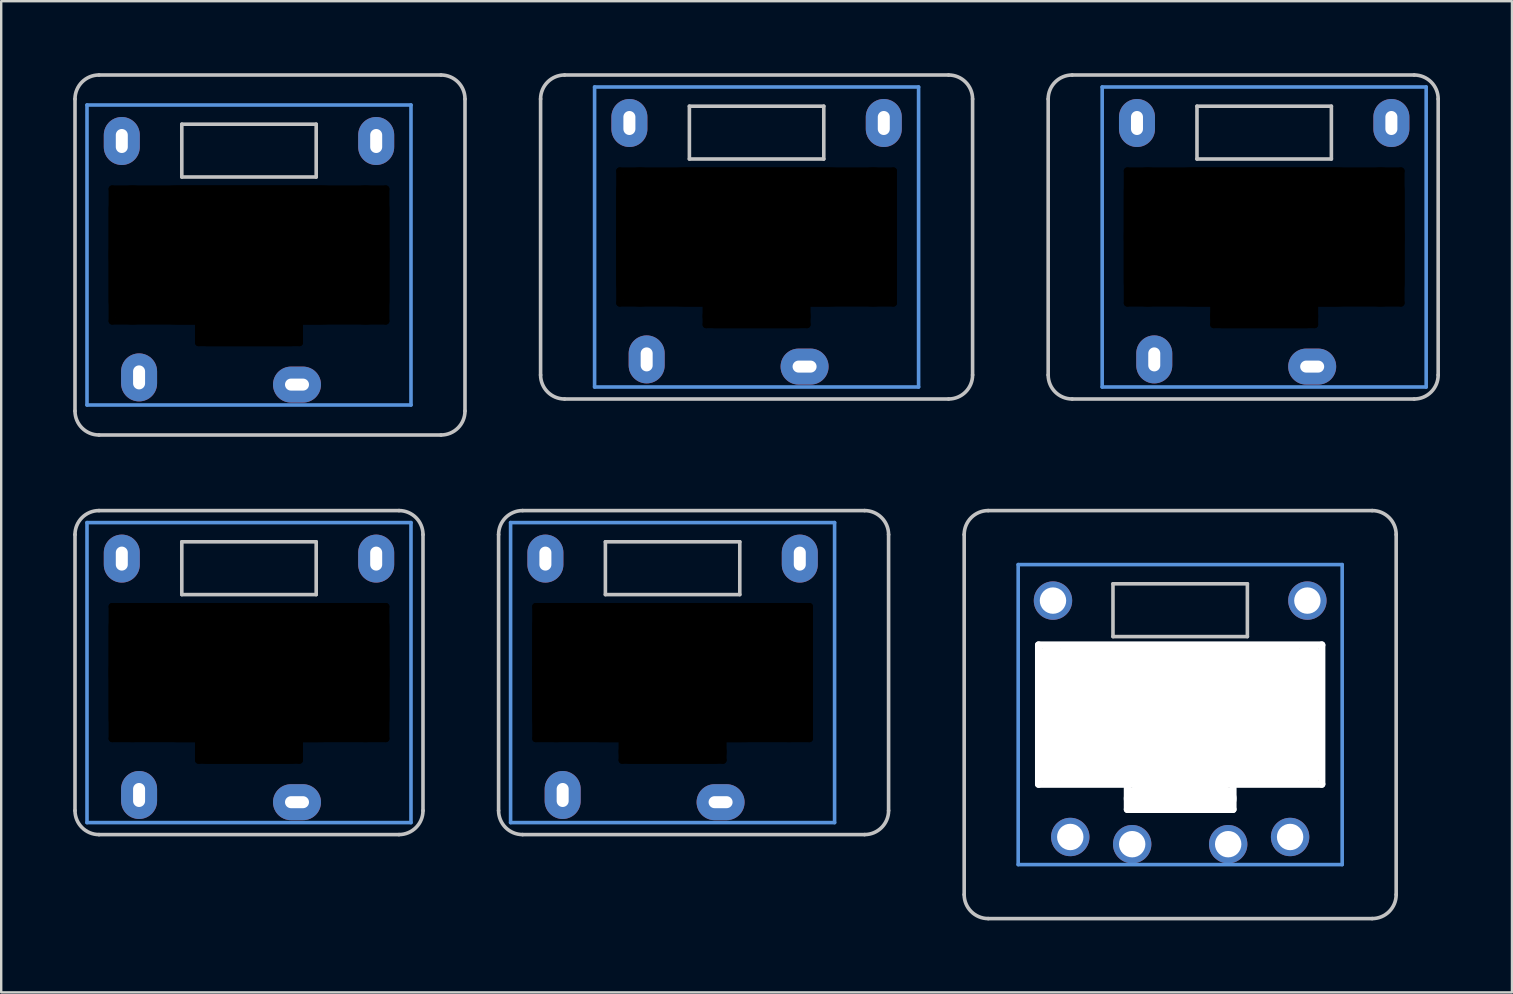
<source format=kicad_pcb>
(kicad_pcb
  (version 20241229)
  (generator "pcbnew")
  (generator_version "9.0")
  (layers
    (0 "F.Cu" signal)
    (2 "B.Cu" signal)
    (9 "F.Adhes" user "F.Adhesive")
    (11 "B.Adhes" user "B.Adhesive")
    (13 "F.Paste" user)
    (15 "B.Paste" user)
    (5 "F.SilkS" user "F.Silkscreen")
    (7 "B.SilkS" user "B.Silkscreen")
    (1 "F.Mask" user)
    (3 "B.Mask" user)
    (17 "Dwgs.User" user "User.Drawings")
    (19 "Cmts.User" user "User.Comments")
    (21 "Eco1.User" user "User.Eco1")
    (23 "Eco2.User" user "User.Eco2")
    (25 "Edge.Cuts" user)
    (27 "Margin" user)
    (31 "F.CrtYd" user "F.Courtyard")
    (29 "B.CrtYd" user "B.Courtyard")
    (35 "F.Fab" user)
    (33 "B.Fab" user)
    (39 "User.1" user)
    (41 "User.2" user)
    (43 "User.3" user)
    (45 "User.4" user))
  (footprint "pg1232-HSSN"
    (layer "F.Cu")
    (at 7.325 24.975)
    (property "Reference" "pg1232-HSSN" (at 0 0 0) (layer "F.Fab") (effects (font (size 1 1) (thickness 0.15))))
    (attr through_hole)
    (fp_line (start -7.25 5.75) (end -7.25 -5.75) (stroke (width 0.15) (type solid)) (layer "Dwgs.User"))
    (fp_line (start -6.25 -6.75) (end 6.25 -6.75) (stroke (width 0.15) (type solid)) (layer "Dwgs.User"))
    (fp_line (start -2.8 -5.45) (end -2.8 -3.25) (stroke (width 0.15) (type solid)) (layer "Dwgs.User"))
    (fp_line (start -2.8 -3.25) (end 2.8 -3.25) (stroke (width 0.15) (type solid)) (layer "Dwgs.User"))
    (fp_line (start 2.8 -5.45) (end -2.8 -5.45) (stroke (width 0.15) (type solid)) (layer "Dwgs.User"))
    (fp_line (start 2.8 -3.25) (end 2.8 -5.45) (stroke (width 0.15) (type solid)) (layer "Dwgs.User"))
    (fp_line (start 6.25 6.75) (end -6.25 6.75) (stroke (width 0.15) (type solid)) (layer "Dwgs.User"))
    (fp_line (start 7.25 -5.75) (end 7.25 5.75) (stroke (width 0.15) (type solid)) (layer "Dwgs.User"))
    (fp_arc (start -7.25 -5.75) (mid -6.957107 -6.457107) (end -6.25 -6.75) (stroke (width 0.15) (type solid)) (layer "Dwgs.User"))
    (fp_arc (start -6.25 6.75) (mid -6.957107 6.457107) (end -7.25 5.75) (stroke (width 0.15) (type solid)) (layer "Dwgs.User"))
    (fp_arc (start 6.25 -6.75) (mid 6.957107 -6.457107) (end 7.25 -5.75) (stroke (width 0.15) (type solid)) (layer "Dwgs.User"))
    (fp_arc (start 7.25 5.75) (mid 6.957107 6.457107) (end 6.25 6.75) (stroke (width 0.15) (type solid)) (layer "Dwgs.User"))
    (fp_line (start -6.75 -6.25) (end -6.75 6.25) (stroke (width 0.15) (type solid)) (layer "Cmts.User"))
    (fp_line (start -6.75 6.25) (end 6.75 6.25) (stroke (width 0.15) (type solid)) (layer "Cmts.User"))
    (fp_line (start 6.75 -6.25) (end -6.75 -6.25) (stroke (width 0.15) (type solid)) (layer "Cmts.User"))
    (fp_line (start 6.75 6.25) (end 6.75 -6.25) (stroke (width 0.15) (type solid)) (layer "Cmts.User"))
    (pad "" np_thru_hole oval (at -5.7 0 90) (size 5.8 0.3) (drill oval 5.8 0.3) (layers "*.Mask"))
    (pad "" thru_hole oval (at -5.3 -4.75 90) (size 2 1.5) (drill oval 1 0.5) (layers "*.Cu" "B.Mask"))
    (pad "" np_thru_hole oval (at -4.85 0) (size 2 5.8) (drill oval 2 5.8) (layers "*.Mask"))
    (pad "" np_thru_hole oval (at -2.1 3.25 90) (size 1.1 0.3) (drill oval 1.1 0.3) (layers "*.Mask"))
    (pad "" np_thru_hole oval (at 0 -2.75) (size 11.7 0.3) (drill oval 11.7 0.3) (layers "*.Mask"))
    (pad "" np_thru_hole oval (at 0 0) (size 11.7 5.8) (drill oval 11.7 5.8) (layers "*.Mask"))
    (pad "" np_thru_hole oval (at 0 2.75) (size 11.7 0.3) (drill oval 11.7 0.3) (layers "*.Mask"))
    (pad "" np_thru_hole oval (at 0 3.3) (size 4.5 1) (drill oval 4.5 1) (layers "*.Mask"))
    (pad "" np_thru_hole oval (at 0 3.65) (size 4.5 0.3) (drill oval 4.5 0.3) (layers "*.Mask"))
    (pad "" np_thru_hole oval (at 2.1 3.25 90) (size 1.1 0.3) (drill oval 1.1 0.3) (layers "*.Mask"))
    (pad "" np_thru_hole oval (at 4.85 0) (size 2 5.8) (drill oval 2 5.8) (layers "*.Mask"))
    (pad "" thru_hole oval (at 5.3 -4.75 90) (size 2 1.5) (drill oval 1 0.5) (layers "*.Cu" "B.Mask"))
    (pad "" np_thru_hole oval (at 5.7 0 90) (size 5.8 0.3) (drill oval 5.8 0.3) (layers "*.Mask"))
    (pad "1" thru_hole oval (at 2 5.4) (size 2 1.5) (drill oval 1 0.5) (layers "*.Cu" "B.Mask"))
    (pad "2" thru_hole oval (at -4.58 5.1 90) (size 2 1.5) (drill oval 1 0.5) (layers "*.Cu" "B.Mask")))
  (footprint "pg1232-HSSR"
    (layer "F.Cu")
    (at 24.975 24.975)
    (property "Reference" "pg1232-HSSR" (at 0 0 0) (layer "F.Fab") (effects (font (size 1 1) (thickness 0.15))))
    (attr through_hole)
    (fp_line (start -7.25 5.75) (end -7.25 -5.75) (stroke (width 0.15) (type solid)) (layer "Dwgs.User"))
    (fp_line (start -6.25 -6.75) (end 8 -6.75) (stroke (width 0.15) (type solid)) (layer "Dwgs.User"))
    (fp_line (start -2.8 -5.45) (end -2.8 -3.25) (stroke (width 0.15) (type solid)) (layer "Dwgs.User"))
    (fp_line (start -2.8 -3.25) (end 2.8 -3.25) (stroke (width 0.15) (type solid)) (layer "Dwgs.User"))
    (fp_line (start 2.8 -5.45) (end -2.8 -5.45) (stroke (width 0.15) (type solid)) (layer "Dwgs.User"))
    (fp_line (start 2.8 -3.25) (end 2.8 -5.45) (stroke (width 0.15) (type solid)) (layer "Dwgs.User"))
    (fp_line (start 8 6.75) (end -6.25 6.75) (stroke (width 0.15) (type solid)) (layer "Dwgs.User"))
    (fp_line (start 9 -5.75) (end 9 5.75) (stroke (width 0.15) (type solid)) (layer "Dwgs.User"))
    (fp_arc (start -7.25 -5.75) (mid -6.957107 -6.457107) (end -6.25 -6.75) (stroke (width 0.15) (type solid)) (layer "Dwgs.User"))
    (fp_arc (start -6.25 6.75) (mid -6.957107 6.457107) (end -7.25 5.75) (stroke (width 0.15) (type solid)) (layer "Dwgs.User"))
    (fp_arc (start 8 -6.75) (mid 8.707107 -6.457107) (end 9 -5.75) (stroke (width 0.15) (type solid)) (layer "Dwgs.User"))
    (fp_arc (start 9 5.75) (mid 8.707107 6.457107) (end 8 6.75) (stroke (width 0.15) (type solid)) (layer "Dwgs.User"))
    (fp_line (start -6.75 -6.25) (end -6.75 6.25) (stroke (width 0.15) (type solid)) (layer "Cmts.User"))
    (fp_line (start -6.75 6.25) (end 6.75 6.25) (stroke (width 0.15) (type solid)) (layer "Cmts.User"))
    (fp_line (start 6.75 -6.25) (end -6.75 -6.25) (stroke (width 0.15) (type solid)) (layer "Cmts.User"))
    (fp_line (start 6.75 6.25) (end 6.75 -6.25) (stroke (width 0.15) (type solid)) (layer "Cmts.User"))
    (pad "" np_thru_hole oval (at -5.7 0 90) (size 5.8 0.3) (drill oval 5.8 0.3) (layers "*.Mask"))
    (pad "" thru_hole oval (at -5.3 -4.75 90) (size 2 1.5) (drill oval 1 0.5) (layers "*.Cu" "B.Mask"))
    (pad "" np_thru_hole oval (at -4.85 0) (size 2 5.8) (drill oval 2 5.8) (layers "*.Mask"))
    (pad "" np_thru_hole oval (at -2.1 3.25 90) (size 1.1 0.3) (drill oval 1.1 0.3) (layers "*.Mask"))
    (pad "" np_thru_hole oval (at 0 -2.75) (size 11.7 0.3) (drill oval 11.7 0.3) (layers "*.Mask"))
    (pad "" np_thru_hole oval (at 0 0) (size 11.7 5.8) (drill oval 11.7 5.8) (layers "*.Mask"))
    (pad "" np_thru_hole oval (at 0 2.75) (size 11.7 0.3) (drill oval 11.7 0.3) (layers "*.Mask"))
    (pad "" np_thru_hole oval (at 0 3.3) (size 4.5 1) (drill oval 4.5 1) (layers "*.Mask"))
    (pad "" np_thru_hole oval (at 0 3.65) (size 4.5 0.3) (drill oval 4.5 0.3) (layers "*.Mask"))
    (pad "" np_thru_hole oval (at 2.1 3.25 90) (size 1.1 0.3) (drill oval 1.1 0.3) (layers "*.Mask"))
    (pad "" np_thru_hole oval (at 4.85 0) (size 2 5.8) (drill oval 2 5.8) (layers "*.Mask"))
    (pad "" thru_hole oval (at 5.3 -4.75 90) (size 2 1.5) (drill oval 1 0.5) (layers "*.Cu" "B.Mask"))
    (pad "" np_thru_hole oval (at 5.7 0 90) (size 5.8 0.3) (drill oval 5.8 0.3) (layers "*.Mask"))
    (pad "1" thru_hole oval (at 2 5.4) (size 2 1.5) (drill oval 1 0.5) (layers "*.Cu" "B.Mask"))
    (pad "2" thru_hole oval (at -4.58 5.1 90) (size 2 1.5) (drill oval 1 0.5) (layers "*.Cu" "B.Mask")))
  (footprint "pg1232-HSR"
    (layer "F.Cu")
    (at 7.325 7.575)
    (property "Reference" "pg1232-HSR" (at 0 0 0) (layer "F.Fab") (effects (font (size 1 1) (thickness 0.15))))
    (attr through_hole)
    (fp_line (start -7.25 6.5) (end -7.25 -6.5) (stroke (width 0.15) (type solid)) (layer "Dwgs.User"))
    (fp_line (start -6.25 -7.5) (end 8 -7.5) (stroke (width 0.15) (type solid)) (layer "Dwgs.User"))
    (fp_line (start -2.8 -5.45) (end -2.8 -3.25) (stroke (width 0.15) (type solid)) (layer "Dwgs.User"))
    (fp_line (start -2.8 -3.25) (end 2.8 -3.25) (stroke (width 0.15) (type solid)) (layer "Dwgs.User"))
    (fp_line (start 2.8 -5.45) (end -2.8 -5.45) (stroke (width 0.15) (type solid)) (layer "Dwgs.User"))
    (fp_line (start 2.8 -3.25) (end 2.8 -5.45) (stroke (width 0.15) (type solid)) (layer "Dwgs.User"))
    (fp_line (start 8 7.5) (end -6.25 7.5) (stroke (width 0.15) (type solid)) (layer "Dwgs.User"))
    (fp_line (start 9 -6.5) (end 9 6.5) (stroke (width 0.15) (type solid)) (layer "Dwgs.User"))
    (fp_arc (start -7.25 -6.5) (mid -6.957107 -7.207107) (end -6.25 -7.5) (stroke (width 0.15) (type solid)) (layer "Dwgs.User"))
    (fp_arc (start -6.25 7.5) (mid -6.957107 7.207107) (end -7.25 6.5) (stroke (width 0.15) (type solid)) (layer "Dwgs.User"))
    (fp_arc (start 8 -7.5) (mid 8.707107 -7.207107) (end 9 -6.5) (stroke (width 0.15) (type solid)) (layer "Dwgs.User"))
    (fp_arc (start 9 6.5) (mid 8.707107 7.207107) (end 8 7.5) (stroke (width 0.15) (type solid)) (layer "Dwgs.User"))
    (fp_line (start -6.75 -6.25) (end -6.75 6.25) (stroke (width 0.15) (type solid)) (layer "Cmts.User"))
    (fp_line (start -6.75 6.25) (end 6.75 6.25) (stroke (width 0.15) (type solid)) (layer "Cmts.User"))
    (fp_line (start 6.75 -6.25) (end -6.75 -6.25) (stroke (width 0.15) (type solid)) (layer "Cmts.User"))
    (fp_line (start 6.75 6.25) (end 6.75 -6.25) (stroke (width 0.15) (type solid)) (layer "Cmts.User"))
    (pad "" np_thru_hole oval (at -5.7 0 90) (size 5.8 0.3) (drill oval 5.8 0.3) (layers "*.Mask"))
    (pad "" np_thru_hole oval (at -4.85 0) (size 2 5.8) (drill oval 2 5.8) (layers "*.Mask"))
    (pad "" np_thru_hole oval (at -2.1 3.25 90) (size 1.1 0.3) (drill oval 1.1 0.3) (layers "*.Mask"))
    (pad "" np_thru_hole oval (at 0 -2.75) (size 11.7 0.3) (drill oval 11.7 0.3) (layers "*.Mask"))
    (pad "" np_thru_hole oval (at 0 0) (size 11.7 5.8) (drill oval 11.7 5.8) (layers "*.Mask"))
    (pad "" np_thru_hole oval (at 0 2.75) (size 11.7 0.3) (drill oval 11.7 0.3) (layers "*.Mask"))
    (pad "" np_thru_hole oval (at 0 3.3) (size 4.5 1) (drill oval 4.5 1) (layers "*.Mask"))
    (pad "" np_thru_hole oval (at 0 3.65) (size 4.5 0.3) (drill oval 4.5 0.3) (layers "*.Mask"))
    (pad "" np_thru_hole oval (at 2.1 3.25 90) (size 1.1 0.3) (drill oval 1.1 0.3) (layers "*.Mask"))
    (pad "" np_thru_hole oval (at 4.85 0) (size 2 5.8) (drill oval 2 5.8) (layers "*.Mask"))
    (pad "" np_thru_hole oval (at 5.7 0 90) (size 5.8 0.3) (drill oval 5.8 0.3) (layers "*.Mask"))
    (pad "1" thru_hole oval (at 2 5.4) (size 2 1.5) (drill oval 1 0.5) (layers "*.Cu" "B.Mask"))
    (pad "2" thru_hole oval (at -4.58 5.1 90) (size 2 1.5) (drill oval 1 0.5) (layers "*.Cu" "B.Mask"))
    (pad "4" thru_hole oval (at 5.3 -4.75 90) (size 2 1.5) (drill oval 1 0.5) (layers "*.Cu" "B.Mask"))
    (pad "5" thru_hole oval (at -5.3 -4.75 90) (size 2 1.5) (drill oval 1 0.5) (layers "*.Cu" "B.Mask")))
  (footprint "pg1232-HSSL"
    (layer "F.Cu")
    (at 49.625 6.825)
    (property "Reference" "pg1232-HSSL" (at 0 0 0) (layer "F.Fab") (effects (font (size 1 1) (thickness 0.15))))
    (attr through_hole)
    (fp_line (start -9 5.75) (end -9 -5.75) (stroke (width 0.15) (type solid)) (layer "Dwgs.User"))
    (fp_line (start -8 -6.75) (end 6.25 -6.75) (stroke (width 0.15) (type solid)) (layer "Dwgs.User"))
    (fp_line (start -2.8 -5.45) (end -2.8 -3.25) (stroke (width 0.15) (type solid)) (layer "Dwgs.User"))
    (fp_line (start -2.8 -3.25) (end 2.8 -3.25) (stroke (width 0.15) (type solid)) (layer "Dwgs.User"))
    (fp_line (start 2.8 -5.45) (end -2.8 -5.45) (stroke (width 0.15) (type solid)) (layer "Dwgs.User"))
    (fp_line (start 2.8 -3.25) (end 2.8 -5.45) (stroke (width 0.15) (type solid)) (layer "Dwgs.User"))
    (fp_line (start 6.25 6.75) (end -8 6.75) (stroke (width 0.15) (type solid)) (layer "Dwgs.User"))
    (fp_line (start 7.25 -5.75) (end 7.25 5.75) (stroke (width 0.15) (type solid)) (layer "Dwgs.User"))
    (fp_arc (start -9 -5.75) (mid -8.707107 -6.457107) (end -8 -6.75) (stroke (width 0.15) (type solid)) (layer "Dwgs.User"))
    (fp_arc (start -8 6.75) (mid -8.707107 6.457107) (end -9 5.75) (stroke (width 0.15) (type solid)) (layer "Dwgs.User"))
    (fp_arc (start 6.25 -6.75) (mid 6.957107 -6.457107) (end 7.25 -5.75) (stroke (width 0.15) (type solid)) (layer "Dwgs.User"))
    (fp_arc (start 7.25 5.75) (mid 6.957107 6.457107) (end 6.25 6.75) (stroke (width 0.15) (type solid)) (layer "Dwgs.User"))
    (fp_line (start -6.75 -6.25) (end -6.75 6.25) (stroke (width 0.15) (type solid)) (layer "Cmts.User"))
    (fp_line (start -6.75 6.25) (end 6.75 6.25) (stroke (width 0.15) (type solid)) (layer "Cmts.User"))
    (fp_line (start 6.75 -6.25) (end -6.75 -6.25) (stroke (width 0.15) (type solid)) (layer "Cmts.User"))
    (fp_line (start 6.75 6.25) (end 6.75 -6.25) (stroke (width 0.15) (type solid)) (layer "Cmts.User"))
    (pad "" np_thru_hole oval (at -5.7 0 90) (size 5.8 0.3) (drill oval 5.8 0.3) (layers "*.Mask"))
    (pad "" thru_hole oval (at -5.3 -4.75 90) (size 2 1.5) (drill oval 1 0.5) (layers "*.Cu" "B.Mask"))
    (pad "" np_thru_hole oval (at -4.85 0) (size 2 5.8) (drill oval 2 5.8) (layers "*.Mask"))
    (pad "" np_thru_hole oval (at -2.1 3.25 90) (size 1.1 0.3) (drill oval 1.1 0.3) (layers "*.Mask"))
    (pad "" np_thru_hole oval (at 0 -2.75) (size 11.7 0.3) (drill oval 11.7 0.3) (layers "*.Mask"))
    (pad "" np_thru_hole oval (at 0 0) (size 11.7 5.8) (drill oval 11.7 5.8) (layers "*.Mask"))
    (pad "" np_thru_hole oval (at 0 2.75) (size 11.7 0.3) (drill oval 11.7 0.3) (layers "*.Mask"))
    (pad "" np_thru_hole oval (at 0 3.3) (size 4.5 1) (drill oval 4.5 1) (layers "*.Mask"))
    (pad "" np_thru_hole oval (at 0 3.65) (size 4.5 0.3) (drill oval 4.5 0.3) (layers "*.Mask"))
    (pad "" np_thru_hole oval (at 2.1 3.25 90) (size 1.1 0.3) (drill oval 1.1 0.3) (layers "*.Mask"))
    (pad "" np_thru_hole oval (at 4.85 0) (size 2 5.8) (drill oval 2 5.8) (layers "*.Mask"))
    (pad "" thru_hole oval (at 5.3 -4.75 90) (size 2 1.5) (drill oval 1 0.5) (layers "*.Cu" "B.Mask"))
    (pad "" np_thru_hole oval (at 5.7 0 90) (size 5.8 0.3) (drill oval 5.8 0.3) (layers "*.Mask"))
    (pad "1" thru_hole oval (at 2 5.4) (size 2 1.5) (drill oval 1 0.5) (layers "*.Cu" "B.Mask"))
    (pad "2" thru_hole oval (at -4.58 5.1 90) (size 2 1.5) (drill oval 1 0.5) (layers "*.Cu" "B.Mask")))
  (footprint "pg1232-HSS"
    (layer "F.Cu")
    (at 28.475 6.825)
    (property "Reference" "pg1232-HSS" (at 0 0 0) (layer "F.Fab") (effects (font (size 1 1) (thickness 0.15))))
    (attr through_hole)
    (fp_line (start -9 5.75) (end -9 -5.75) (stroke (width 0.15) (type solid)) (layer "Dwgs.User"))
    (fp_line (start -8 -6.75) (end 8 -6.75) (stroke (width 0.15) (type solid)) (layer "Dwgs.User"))
    (fp_line (start -2.8 -5.45) (end -2.8 -3.25) (stroke (width 0.15) (type solid)) (layer "Dwgs.User"))
    (fp_line (start -2.8 -3.25) (end 2.8 -3.25) (stroke (width 0.15) (type solid)) (layer "Dwgs.User"))
    (fp_line (start 2.8 -5.45) (end -2.8 -5.45) (stroke (width 0.15) (type solid)) (layer "Dwgs.User"))
    (fp_line (start 2.8 -3.25) (end 2.8 -5.45) (stroke (width 0.15) (type solid)) (layer "Dwgs.User"))
    (fp_line (start 8 6.75) (end -8 6.75) (stroke (width 0.15) (type solid)) (layer "Dwgs.User"))
    (fp_line (start 9 -5.75) (end 9 5.75) (stroke (width 0.15) (type solid)) (layer "Dwgs.User"))
    (fp_arc (start -9 -5.75) (mid -8.707107 -6.457107) (end -8 -6.75) (stroke (width 0.15) (type solid)) (layer "Dwgs.User"))
    (fp_arc (start -8 6.75) (mid -8.707107 6.457107) (end -9 5.75) (stroke (width 0.15) (type solid)) (layer "Dwgs.User"))
    (fp_arc (start 8 -6.75) (mid 8.707107 -6.457107) (end 9 -5.75) (stroke (width 0.15) (type solid)) (layer "Dwgs.User"))
    (fp_arc (start 9 5.75) (mid 8.707107 6.457107) (end 8 6.75) (stroke (width 0.15) (type solid)) (layer "Dwgs.User"))
    (fp_line (start -6.75 -6.25) (end -6.75 6.25) (stroke (width 0.15) (type solid)) (layer "Cmts.User"))
    (fp_line (start -6.75 6.25) (end 6.75 6.25) (stroke (width 0.15) (type solid)) (layer "Cmts.User"))
    (fp_line (start 6.75 -6.25) (end -6.75 -6.25) (stroke (width 0.15) (type solid)) (layer "Cmts.User"))
    (fp_line (start 6.75 6.25) (end 6.75 -6.25) (stroke (width 0.15) (type solid)) (layer "Cmts.User"))
    (pad "" np_thru_hole oval (at -5.7 0 90) (size 5.8 0.3) (drill oval 5.8 0.3) (layers "*.Mask"))
    (pad "" thru_hole oval (at -5.3 -4.75 90) (size 2 1.5) (drill oval 1 0.5) (layers "*.Cu" "B.Mask"))
    (pad "" np_thru_hole oval (at -4.85 0) (size 2 5.8) (drill oval 2 5.8) (layers "*.Mask"))
    (pad "" np_thru_hole oval (at -2.1 3.25 90) (size 1.1 0.3) (drill oval 1.1 0.3) (layers "*.Mask"))
    (pad "" np_thru_hole oval (at 0 -2.75) (size 11.7 0.3) (drill oval 11.7 0.3) (layers "*.Mask"))
    (pad "" np_thru_hole oval (at 0 0) (size 11.7 5.8) (drill oval 11.7 5.8) (layers "*.Mask"))
    (pad "" np_thru_hole oval (at 0 2.75) (size 11.7 0.3) (drill oval 11.7 0.3) (layers "*.Mask"))
    (pad "" np_thru_hole oval (at 0 3.3) (size 4.5 1) (drill oval 4.5 1) (layers "*.Mask"))
    (pad "" np_thru_hole oval (at 0 3.65) (size 4.5 0.3) (drill oval 4.5 0.3) (layers "*.Mask"))
    (pad "" np_thru_hole oval (at 2.1 3.25 90) (size 1.1 0.3) (drill oval 1.1 0.3) (layers "*.Mask"))
    (pad "" np_thru_hole oval (at 4.85 0) (size 2 5.8) (drill oval 2 5.8) (layers "*.Mask"))
    (pad "" thru_hole oval (at 5.3 -4.75 90) (size 2 1.5) (drill oval 1 0.5) (layers "*.Cu" "B.Mask"))
    (pad "" np_thru_hole oval (at 5.7 0 90) (size 5.8 0.3) (drill oval 5.8 0.3) (layers "*.Mask"))
    (pad "1" thru_hole oval (at 2 5.4) (size 2 1.5) (drill oval 1 0.5) (layers "*.Cu" "B.Mask"))
    (pad "2" thru_hole oval (at -4.58 5.1 90) (size 2 1.5) (drill oval 1 0.5) (layers "*.Cu" "B.Mask")))
  (footprint "pg1232-R"
    (layer "F.Cu")
    (at 46.125 26.725)
    (property "Reference" "pg1232-R" (at 0 0 0) (layer "F.Fab") (effects (font (size 1 1) (thickness 0.15))))
    (attr through_hole)
    (fp_line (start -9 7.5) (end -9 -7.5) (stroke (width 0.15) (type solid)) (layer "Dwgs.User"))
    (fp_line (start -8 -8.5) (end 8 -8.5) (stroke (width 0.15) (type solid)) (layer "Dwgs.User"))
    (fp_line (start -2.8 -5.45) (end -2.8 -3.25) (stroke (width 0.15) (type solid)) (layer "Dwgs.User"))
    (fp_line (start -2.8 -3.25) (end 2.8 -3.25) (stroke (width 0.15) (type solid)) (layer "Dwgs.User"))
    (fp_line (start 2.8 -5.45) (end -2.8 -5.45) (stroke (width 0.15) (type solid)) (layer "Dwgs.User"))
    (fp_line (start 2.8 -3.25) (end 2.8 -5.45) (stroke (width 0.15) (type solid)) (layer "Dwgs.User"))
    (fp_line (start 8 8.5) (end -8 8.5) (stroke (width 0.15) (type solid)) (layer "Dwgs.User"))
    (fp_line (start 9 -7.5) (end 9 7.5) (stroke (width 0.15) (type solid)) (layer "Dwgs.User"))
    (fp_arc (start -9 -7.5) (mid -8.707107 -8.207107) (end -8 -8.5) (stroke (width 0.15) (type solid)) (layer "Dwgs.User"))
    (fp_arc (start -8 8.5) (mid -8.707107 8.207107) (end -9 7.5) (stroke (width 0.15) (type solid)) (layer "Dwgs.User"))
    (fp_arc (start 8 -8.5) (mid 8.707107 -8.207107) (end 9 -7.5) (stroke (width 0.15) (type solid)) (layer "Dwgs.User"))
    (fp_arc (start 9 7.5) (mid 8.707107 8.207107) (end 8 8.5) (stroke (width 0.15) (type solid)) (layer "Dwgs.User"))
    (fp_line (start -6.75 -6.25) (end -6.75 6.25) (stroke (width 0.15) (type solid)) (layer "Cmts.User"))
    (fp_line (start -6.75 6.25) (end 6.75 6.25) (stroke (width 0.15) (type solid)) (layer "Cmts.User"))
    (fp_line (start 6.75 -6.25) (end -6.75 -6.25) (stroke (width 0.15) (type solid)) (layer "Cmts.User"))
    (fp_line (start 6.75 6.25) (end 6.75 -6.25) (stroke (width 0.15) (type solid)) (layer "Cmts.User"))
    (pad "" np_thru_hole oval (at -5.9 0 90) (size 6.1 0.3) (drill oval 6.1 0.3) (layers "*.Cu" "*.Mask"))
    (pad "" np_thru_hole oval (at -5.36 0) (size 1 5.9) (drill oval 1 5.9) (layers "*.Cu" "*.Mask"))
    (pad "" np_thru_hole oval (at -4.59 0) (size 1 5.9) (drill oval 1 5.9) (layers "*.Cu" "*.Mask"))
    (pad "" np_thru_hole oval (at -4.2 0) (size 1 5.9) (drill oval 1 5.9) (layers "*.Cu" "*.Mask"))
    (pad "" np_thru_hole oval (at -2.2 3.5 90) (size 1.2 0.3) (drill oval 1.2 0.3) (layers "*.Cu" "*.Mask"))
    (pad "" np_thru_hole oval (at 0 -2.9) (size 12.1 0.3) (drill oval 12.1 0.3) (layers "*.Cu" "*.Mask"))
    (pad "" np_thru_hole oval (at 0 0) (size 11.85 5.9) (drill oval 11.85 5.9) (layers "*.Cu" "*.Mask"))
    (pad "" np_thru_hole oval (at 0 2.9) (size 12.1 0.3) (drill oval 12.1 0.3) (layers "*.Cu" "*.Mask"))
    (pad "" np_thru_hole oval (at 0 3.5) (size 4.7 1) (drill oval 4.7 1) (layers "*.Cu" "*.Mask"))
    (pad "" np_thru_hole oval (at 0 3.95) (size 4.7 0.3) (drill oval 4.7 0.3) (layers "*.Cu" "*.Mask"))
    (pad "" np_thru_hole oval (at 2.2 3.5 90) (size 1.2 0.3) (drill oval 1.2 0.3) (layers "*.Cu" "*.Mask"))
    (pad "" np_thru_hole oval (at 4.2 0) (size 1 5.9) (drill oval 1 5.9) (layers "*.Cu" "*.Mask"))
    (pad "" np_thru_hole oval (at 4.59 0) (size 1 5.9) (drill oval 1 5.9) (layers "*.Cu" "*.Mask"))
    (pad "" np_thru_hole oval (at 5.36 0) (size 1 5.9) (drill oval 1 5.9) (layers "*.Cu" "*.Mask"))
    (pad "" np_thru_hole oval (at 5.9 0 90) (size 6.1 0.3) (drill oval 6.1 0.3) (layers "*.Cu" "*.Mask"))
    (pad "1" thru_hole circle (at -2 5.4) (size 1.6 1.6) (drill 1.1) (layers "*.Cu" "F.Mask"))
    (pad "1" thru_hole circle (at 2 5.4) (size 1.6 1.6) (drill 1.1) (layers "*.Cu" "B.Mask"))
    (pad "2" thru_hole circle (at -4.58 5.1) (size 1.6 1.6) (drill 1.1) (layers "*.Cu" "B.Mask"))
    (pad "2" thru_hole circle (at 4.58 5.1) (size 1.6 1.6) (drill 1.1) (layers "*.Cu" "F.Mask"))
    (pad "3" thru_hole circle (at 5.3 -4.75) (size 1.6 1.6) (drill 1.1) (layers "*.Cu" "*.Mask"))
    (pad "4" thru_hole circle (at -5.3 -4.75) (size 1.6 1.6) (drill 1.1) (layers "*.Cu" "*.Mask")))
  (gr_rect
    (start -3 -3)
    (end 59.95 38.3)
    (stroke (width 0.1) (type default))
    (fill no)
    (layer "Edge.Cuts")))
</source>
